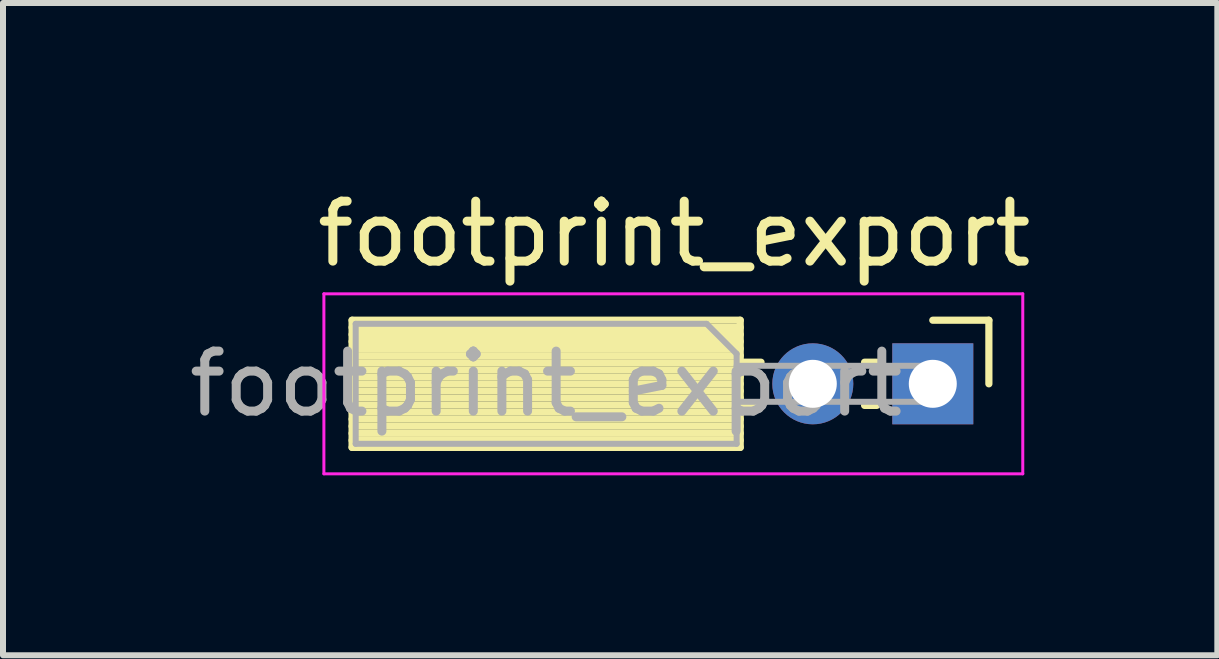
<source format=kicad_pcb>
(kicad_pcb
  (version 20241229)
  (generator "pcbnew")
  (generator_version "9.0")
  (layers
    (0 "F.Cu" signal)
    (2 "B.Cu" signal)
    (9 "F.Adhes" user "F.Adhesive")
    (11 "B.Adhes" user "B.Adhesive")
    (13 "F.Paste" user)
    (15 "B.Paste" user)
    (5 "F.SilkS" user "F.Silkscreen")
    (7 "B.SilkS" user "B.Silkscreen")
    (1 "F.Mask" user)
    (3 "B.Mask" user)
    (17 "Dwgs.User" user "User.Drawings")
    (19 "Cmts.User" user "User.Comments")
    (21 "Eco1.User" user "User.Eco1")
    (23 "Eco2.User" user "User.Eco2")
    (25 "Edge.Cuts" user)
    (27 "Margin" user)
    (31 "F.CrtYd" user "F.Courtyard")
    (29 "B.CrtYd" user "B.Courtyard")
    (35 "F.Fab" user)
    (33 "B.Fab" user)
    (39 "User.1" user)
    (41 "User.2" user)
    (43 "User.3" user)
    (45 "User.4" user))
  (footprint "footprint_export"
    (layer "F.Cu")
    (at 12.499 3.348)
    (property "Reference" "footprint_export" (at -4.31 -2.5 0) (layer "F.SilkS") (effects (font (size 1 1) (thickness 0.15))))
    (attr through_hole)
    (fp_line (start -9.68 -1.06) (end -9.68 1.06) (stroke (width 0.12) (type solid)) (layer "F.SilkS"))
    (fp_line (start -9.68 -1.06) (end -3.21 -1.06) (stroke (width 0.12) (type solid)) (layer "F.SilkS"))
    (fp_line (start -9.68 -0.94) (end -3.21 -0.94) (stroke (width 0.12) (type solid)) (layer "F.SilkS"))
    (fp_line (start -9.68 -0.822) (end -3.21 -0.822) (stroke (width 0.12) (type solid)) (layer "F.SilkS"))
    (fp_line (start -9.68 -0.705) (end -3.21 -0.705) (stroke (width 0.12) (type solid)) (layer "F.SilkS"))
    (fp_line (start -9.68 -0.587) (end -3.21 -0.587) (stroke (width 0.12) (type solid)) (layer "F.SilkS"))
    (fp_line (start -9.68 -0.469) (end -3.21 -0.469) (stroke (width 0.12) (type solid)) (layer "F.SilkS"))
    (fp_line (start -9.68 -0.352) (end -3.21 -0.352) (stroke (width 0.12) (type solid)) (layer "F.SilkS"))
    (fp_line (start -9.68 -0.234) (end -3.21 -0.234) (stroke (width 0.12) (type solid)) (layer "F.SilkS"))
    (fp_line (start -9.68 -0.116) (end -3.21 -0.116) (stroke (width 0.12) (type solid)) (layer "F.SilkS"))
    (fp_line (start -9.68 0.001) (end -3.21 0.001) (stroke (width 0.12) (type solid)) (layer "F.SilkS"))
    (fp_line (start -9.68 0.119) (end -3.21 0.119) (stroke (width 0.12) (type solid)) (layer "F.SilkS"))
    (fp_line (start -9.68 0.236) (end -3.21 0.236) (stroke (width 0.12) (type solid)) (layer "F.SilkS"))
    (fp_line (start -9.68 0.354) (end -3.21 0.354) (stroke (width 0.12) (type solid)) (layer "F.SilkS"))
    (fp_line (start -9.68 0.472) (end -3.21 0.472) (stroke (width 0.12) (type solid)) (layer "F.SilkS"))
    (fp_line (start -9.68 0.589) (end -3.21 0.589) (stroke (width 0.12) (type solid)) (layer "F.SilkS"))
    (fp_line (start -9.68 0.707) (end -3.21 0.707) (stroke (width 0.12) (type solid)) (layer "F.SilkS"))
    (fp_line (start -9.68 0.825) (end -3.21 0.825) (stroke (width 0.12) (type solid)) (layer "F.SilkS"))
    (fp_line (start -9.68 0.942) (end -3.21 0.942) (stroke (width 0.12) (type solid)) (layer "F.SilkS"))
    (fp_line (start -9.68 1.06) (end -3.21 1.06) (stroke (width 0.12) (type solid)) (layer "F.SilkS"))
    (fp_line (start -3.21 -1.06) (end -3.21 1.06) (stroke (width 0.12) (type solid)) (layer "F.SilkS"))
    (fp_line (start -3.21 -0.36) (end -2.863 -0.36) (stroke (width 0.12) (type solid)) (layer "F.SilkS"))
    (fp_line (start -3.21 0.36) (end -2.863 0.36) (stroke (width 0.12) (type solid)) (layer "F.SilkS"))
    (fp_line (start -1.137 -0.36) (end -0.935 -0.36) (stroke (width 0.12) (type solid)) (layer "F.SilkS"))
    (fp_line (start -1.137 0.36) (end -0.935 0.36) (stroke (width 0.12) (type solid)) (layer "F.SilkS"))
    (fp_line (start 0 -1.06) (end 0.935 -1.06) (stroke (width 0.12) (type solid)) (layer "F.SilkS"))
    (fp_line (start 0.935 -1.06) (end 0.935 0) (stroke (width 0.12) (type solid)) (layer "F.SilkS"))
    (fp_line (start -10.15 -1.5) (end -10.15 1.5) (stroke (width 0.05) (type solid)) (layer "F.CrtYd"))
    (fp_line (start -10.15 1.5) (end 1.5 1.5) (stroke (width 0.05) (type solid)) (layer "F.CrtYd"))
    (fp_line (start 1.5 -1.5) (end -10.15 -1.5) (stroke (width 0.05) (type solid)) (layer "F.CrtYd"))
    (fp_line (start 1.5 1.5) (end 1.5 -1.5) (stroke (width 0.05) (type solid)) (layer "F.CrtYd"))
    (fp_line (start -9.62 -1) (end -3.77 -1) (stroke (width 0.1) (type solid)) (layer "F.Fab"))
    (fp_line (start -9.62 1) (end -9.62 -1) (stroke (width 0.1) (type solid)) (layer "F.Fab"))
    (fp_line (start -3.77 -1) (end -3.27 -0.5) (stroke (width 0.1) (type solid)) (layer "F.Fab"))
    (fp_line (start -3.27 -0.5) (end -3.27 1) (stroke (width 0.1) (type solid)) (layer "F.Fab"))
    (fp_line (start -3.27 0.3) (end 0 0.3) (stroke (width 0.1) (type solid)) (layer "F.Fab"))
    (fp_line (start -3.27 1) (end -9.62 1) (stroke (width 0.1) (type solid)) (layer "F.Fab"))
    (fp_line (start 0 -0.3) (end -3.27 -0.3) (stroke (width 0.1) (type solid)) (layer "F.Fab"))
    (fp_line (start 0 0.3) (end 0 -0.3) (stroke (width 0.1) (type solid)) (layer "F.Fab"))
    (fp_text user "${REFERENCE}" (at -6.445 0 0) (layer "F.Fab") (effects (font (size 1 1) (thickness 0.15))))
    (pad "1" thru_hole rect (at 0 0) (size 1.35 1.35) (drill 0.8) (layers "*.Cu" "*.Mask"))
    (pad "2" thru_hole oval (at -2 0) (size 1.35 1.35) (drill 0.8) (layers "*.Cu" "*.Mask")))
  (gr_rect
    (start -3 -3)
    (end 17.242 7.873)
    (stroke (width 0.1) (type default))
    (fill no)
    (layer "Edge.Cuts")))
</source>
